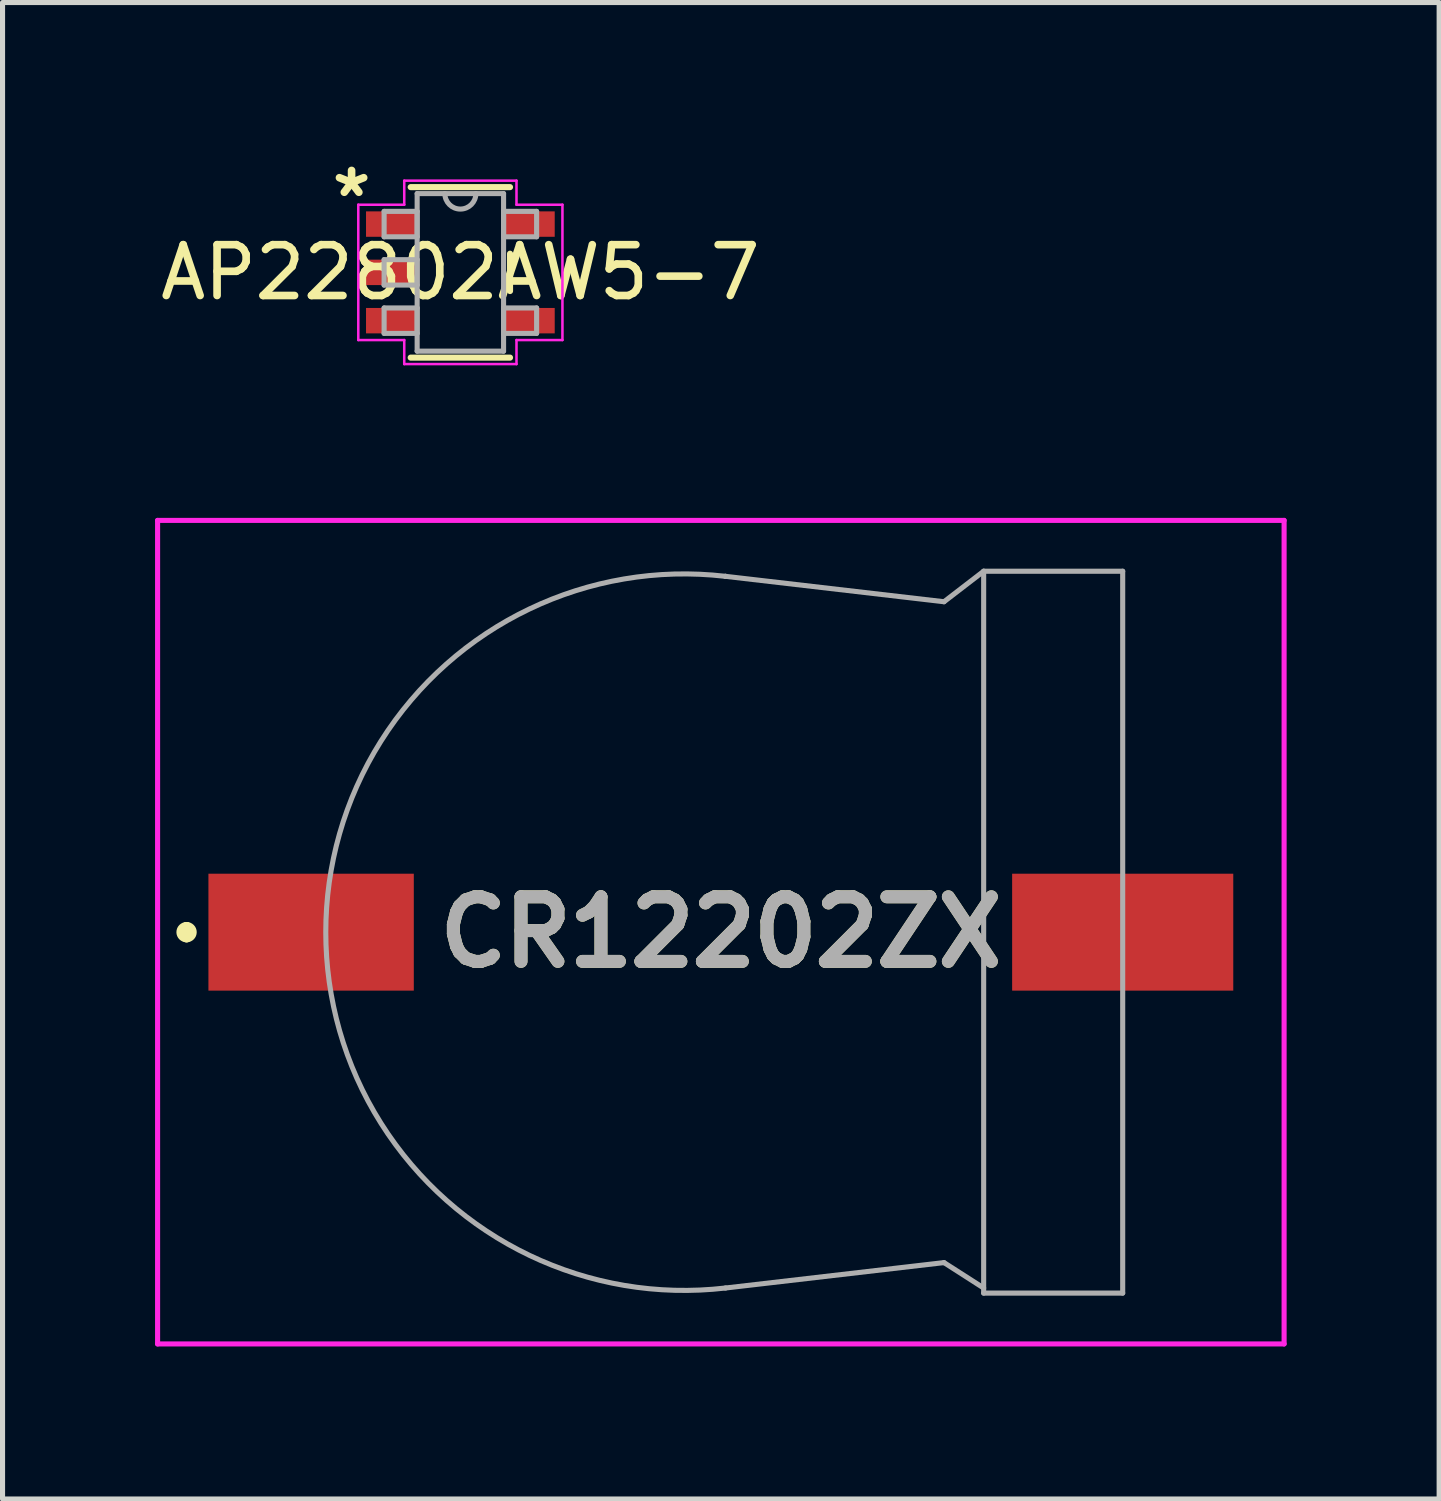
<source format=kicad_pcb>
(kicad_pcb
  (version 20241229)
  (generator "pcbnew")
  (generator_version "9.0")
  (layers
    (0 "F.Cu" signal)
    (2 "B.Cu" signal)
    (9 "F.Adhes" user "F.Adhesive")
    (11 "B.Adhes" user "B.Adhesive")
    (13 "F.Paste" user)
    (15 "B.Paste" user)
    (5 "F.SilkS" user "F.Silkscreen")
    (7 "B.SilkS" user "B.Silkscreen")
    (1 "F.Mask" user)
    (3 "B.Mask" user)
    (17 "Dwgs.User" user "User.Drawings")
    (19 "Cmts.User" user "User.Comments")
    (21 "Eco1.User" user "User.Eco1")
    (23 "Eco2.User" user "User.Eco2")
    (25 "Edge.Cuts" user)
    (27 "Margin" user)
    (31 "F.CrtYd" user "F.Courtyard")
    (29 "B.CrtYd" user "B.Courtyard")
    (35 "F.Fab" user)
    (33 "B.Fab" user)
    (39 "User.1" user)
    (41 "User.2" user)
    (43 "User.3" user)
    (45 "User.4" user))
  (footprint "CR12202ZX"
    (layer "F.Cu")
    (at 11.22 15.287)
    (property "Reference" "CR12202ZX" (at -0.09 0 0) (layer "F.SilkS") (effects (font (size 1.27 1.27) (thickness 0.254))))
    (attr through_hole)
    (fp_line (start -10.6 -0.1) (end -10.6 -0.1) (stroke (width 0.2) (type solid)) (layer "F.SilkS"))
    (fp_line (start -10.6 0.1) (end -10.6 0.1) (stroke (width 0.2) (type solid)) (layer "F.SilkS"))
    (fp_arc (start -10.6 -0.1) (mid -10.5 0) (end -10.6 0.1) (stroke (width 0.2) (type solid)) (layer "F.SilkS"))
    (fp_arc (start -10.6 0.1) (mid -10.7 0) (end -10.6 -0.1) (stroke (width 0.2) (type solid)) (layer "F.SilkS"))
    (fp_line (start -11.17 -8.1) (end 10.99 -8.1) (stroke (width 0.1) (type solid)) (layer "F.CrtYd"))
    (fp_line (start -11.17 8.1) (end -11.17 -8.1) (stroke (width 0.1) (type solid)) (layer "F.CrtYd"))
    (fp_line (start 10.99 -8.1) (end 10.99 8.1) (stroke (width 0.1) (type solid)) (layer "F.CrtYd"))
    (fp_line (start 10.99 8.1) (end -11.17 8.1) (stroke (width 0.1) (type solid)) (layer "F.CrtYd"))
    (fp_line (start 0 -7) (end 0 -7) (stroke (width 0.1) (type solid)) (layer "F.Fab"))
    (fp_line (start 0 7) (end 4.3 6.5) (stroke (width 0.1) (type solid)) (layer "F.Fab"))
    (fp_line (start 4.3 -6.5) (end 0 -7) (stroke (width 0.1) (type solid)) (layer "F.Fab"))
    (fp_line (start 4.3 -6.5) (end 5.08 -7.1) (stroke (width 0.1) (type solid)) (layer "F.Fab"))
    (fp_line (start 4.3 6.5) (end 5.08 7) (stroke (width 0.1) (type solid)) (layer "F.Fab"))
    (fp_line (start 5.08 -7.1) (end 7.815 -7.1) (stroke (width 0.1) (type solid)) (layer "F.Fab"))
    (fp_line (start 5.08 7.1) (end 5.08 -7.1) (stroke (width 0.1) (type solid)) (layer "F.Fab"))
    (fp_line (start 7.815 -7.1) (end 7.815 7.1) (stroke (width 0.1) (type solid)) (layer "F.Fab"))
    (fp_line (start 7.815 7.1) (end 5.08 7.1) (stroke (width 0.1) (type solid)) (layer "F.Fab"))
    (fp_arc (start 0.004181 6.999513) (mid -7.861169 0.002105) (end 0 -7) (stroke (width 0.1) (type solid)) (layer "F.Fab"))
    (fp_text user "${REFERENCE}" (at -0.09 0 0) (layer "F.Fab") (effects (font (size 1.27 1.27) (thickness 0.254))))
    (pad "" np_thru_hole circle (at -3.75 0) (size 0.001 0.001) (drill 1.2) (layers "*.Cu" "*.Mask"))
    (pad "" np_thru_hole circle (at 3.75 0) (size 0.001 0.001) (drill 1.2) (layers "*.Cu" "*.Mask"))
    (pad "1" smd rect (at -8.15 0 90) (size 2.3 4.04) (layers "F.Cu" "F.Mask" "F.Paste"))
    (pad "2" smd rect (at 7.815 0 90) (size 2.3 4.35) (layers "F.Cu" "F.Mask" "F.Paste")))
  (footprint "AP22802AW5-7"
    (layer "F.Cu")
    (at 6.006 2.308)
    (property "Reference" "AP22802AW5-7" (at 0 0 0) (layer "F.SilkS") (effects (font (size 1 1) (thickness 0.15))))
    (attr through_hole)
    (fp_line (start -0.977 1.677) (end 0.977 1.677) (stroke (width 0.12) (type solid)) (layer "F.SilkS"))
    (fp_line (start 0.977 -1.677) (end -0.977 -1.677) (stroke (width 0.12) (type solid)) (layer "F.SilkS"))
    (fp_line (start 0.977 0.367) (end 0.977 -0.367) (stroke (width 0.12) (type solid)) (layer "F.SilkS"))
    (fp_line (start -2.008 -1.331) (end -1.104 -1.331) (stroke (width 0.05) (type solid)) (layer "F.CrtYd"))
    (fp_line (start -2.008 1.331) (end -2.008 -1.331) (stroke (width 0.05) (type solid)) (layer "F.CrtYd"))
    (fp_line (start -1.104 -1.804) (end 1.104 -1.804) (stroke (width 0.05) (type solid)) (layer "F.CrtYd"))
    (fp_line (start -1.104 -1.331) (end -1.104 -1.804) (stroke (width 0.05) (type solid)) (layer "F.CrtYd"))
    (fp_line (start -1.104 1.331) (end -2.008 1.331) (stroke (width 0.05) (type solid)) (layer "F.CrtYd"))
    (fp_line (start -1.104 1.804) (end -1.104 1.331) (stroke (width 0.05) (type solid)) (layer "F.CrtYd"))
    (fp_line (start 1.104 -1.804) (end 1.104 -1.331) (stroke (width 0.05) (type solid)) (layer "F.CrtYd"))
    (fp_line (start 1.104 -1.331) (end 2.008 -1.331) (stroke (width 0.05) (type solid)) (layer "F.CrtYd"))
    (fp_line (start 1.104 1.331) (end 1.104 1.804) (stroke (width 0.05) (type solid)) (layer "F.CrtYd"))
    (fp_line (start 1.104 1.804) (end -1.104 1.804) (stroke (width 0.05) (type solid)) (layer "F.CrtYd"))
    (fp_line (start 2.008 -1.331) (end 2.008 1.331) (stroke (width 0.05) (type solid)) (layer "F.CrtYd"))
    (fp_line (start 2.008 1.331) (end 1.104 1.331) (stroke (width 0.05) (type solid)) (layer "F.CrtYd"))
    (fp_line (start -1.5 -1.2) (end -1.5 -0.7) (stroke (width 0.1) (type solid)) (layer "F.Fab"))
    (fp_line (start -1.5 -0.7) (end -0.85 -0.7) (stroke (width 0.1) (type solid)) (layer "F.Fab"))
    (fp_line (start -1.5 -0.25) (end -1.5 0.25) (stroke (width 0.1) (type solid)) (layer "F.Fab"))
    (fp_line (start -1.5 0.25) (end -0.85 0.25) (stroke (width 0.1) (type solid)) (layer "F.Fab"))
    (fp_line (start -1.5 0.7) (end -1.5 1.2) (stroke (width 0.1) (type solid)) (layer "F.Fab"))
    (fp_line (start -1.5 1.2) (end -0.85 1.2) (stroke (width 0.1) (type solid)) (layer "F.Fab"))
    (fp_line (start -0.85 -1.55) (end -0.85 1.55) (stroke (width 0.1) (type solid)) (layer "F.Fab"))
    (fp_line (start -0.85 -1.2) (end -1.5 -1.2) (stroke (width 0.1) (type solid)) (layer "F.Fab"))
    (fp_line (start -0.85 -0.7) (end -0.85 -1.2) (stroke (width 0.1) (type solid)) (layer "F.Fab"))
    (fp_line (start -0.85 -0.25) (end -1.5 -0.25) (stroke (width 0.1) (type solid)) (layer "F.Fab"))
    (fp_line (start -0.85 0.25) (end -0.85 -0.25) (stroke (width 0.1) (type solid)) (layer "F.Fab"))
    (fp_line (start -0.85 0.7) (end -1.5 0.7) (stroke (width 0.1) (type solid)) (layer "F.Fab"))
    (fp_line (start -0.85 1.2) (end -0.85 0.7) (stroke (width 0.1) (type solid)) (layer "F.Fab"))
    (fp_line (start -0.85 1.55) (end 0.85 1.55) (stroke (width 0.1) (type solid)) (layer "F.Fab"))
    (fp_line (start 0.85 -1.55) (end -0.85 -1.55) (stroke (width 0.1) (type solid)) (layer "F.Fab"))
    (fp_line (start 0.85 -1.2) (end 0.85 -0.7) (stroke (width 0.1) (type solid)) (layer "F.Fab"))
    (fp_line (start 0.85 -0.7) (end 1.5 -0.7) (stroke (width 0.1) (type solid)) (layer "F.Fab"))
    (fp_line (start 0.85 0.7) (end 0.85 1.2) (stroke (width 0.1) (type solid)) (layer "F.Fab"))
    (fp_line (start 0.85 1.2) (end 1.5 1.2) (stroke (width 0.1) (type solid)) (layer "F.Fab"))
    (fp_line (start 0.85 1.55) (end 0.85 -1.55) (stroke (width 0.1) (type solid)) (layer "F.Fab"))
    (fp_line (start 1.5 -1.2) (end 0.85 -1.2) (stroke (width 0.1) (type solid)) (layer "F.Fab"))
    (fp_line (start 1.5 -0.7) (end 1.5 -1.2) (stroke (width 0.1) (type solid)) (layer "F.Fab"))
    (fp_line (start 1.5 0.7) (end 0.85 0.7) (stroke (width 0.1) (type solid)) (layer "F.Fab"))
    (fp_line (start 1.5 1.2) (end 1.5 0.7) (stroke (width 0.1) (type solid)) (layer "F.Fab"))
    (fp_arc (start 0.3048 -1.549998) (mid -0.000001 -1.245199) (end -0.3048 -1.55) (stroke (width 0.1) (type solid)) (layer "F.Fab"))
    (fp_text user "*" (at -2.14 -1.46 0) (layer "F.SilkS") (effects (font (size 1 1) (thickness 0.15))))
    (pad "1" smd rect (at -1.353 -0.95) (size 1.006 0.5) (layers "F.Cu" "F.Mask" "F.Paste"))
    (pad "2" smd rect (at -1.353 0) (size 1.006 0.5) (layers "F.Cu" "F.Mask" "F.Paste"))
    (pad "3" smd rect (at -1.353 0.95) (size 1.006 0.5) (layers "F.Cu" "F.Mask" "F.Paste"))
    (pad "4" smd rect (at 1.353 0.95) (size 1.006 0.5) (layers "F.Cu" "F.Mask" "F.Paste"))
    (pad "5" smd rect (at 1.353 -0.95) (size 1.006 0.5) (layers "F.Cu" "F.Mask" "F.Paste")))
  (gr_rect
    (start -3 -3)
    (end 25.26 26.437)
    (stroke (width 0.1) (type default))
    (fill no)
    (layer "Edge.Cuts")))
</source>
